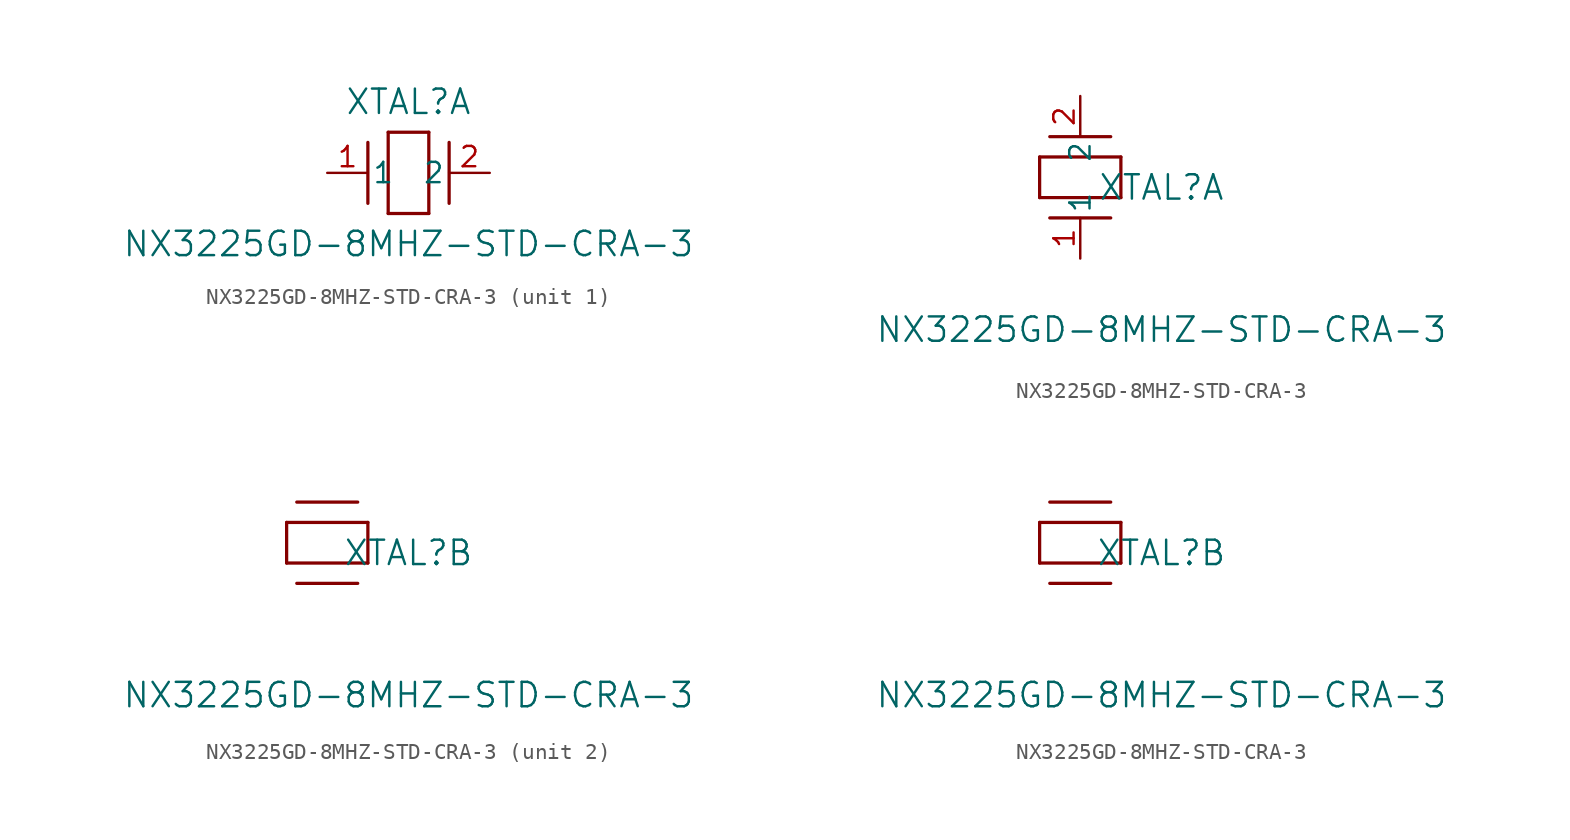
<source format=kicad_sym>
(kicad_symbol_lib
  (version 20211014)
  (generator kicad_symbol_editor)
  (symbol "NX3225GD-8MHZ-STD-CRA-3"
    (pin_names
      (offset 0.254))
    (property "Reference" "XTAL"
      (at 5.08 4.445 0)
      (effects (font (size 1.524 1.524))))
    (property "Value" "NX3225GD-8MHZ-STD-CRA-3"
      (at 5.08 -4.445 0)
      (effects (font (size 1.524 1.524))))
    (symbol "NX3225GD-8MHZ-STD-CRA-3_1_1"
      (polyline (pts (xy 2.54 -1.905) (xy 2.54 1.905)) (stroke (width 0.203) (type default) (color 0 0 0 0)) (fill (type none)))
      (polyline (pts (xy 6.35 2.54) (xy 6.35 -2.54)) (stroke (width 0.203) (type default) (color 0 0 0 0)) (fill (type none)))
      (polyline (pts (xy 7.62 -1.905) (xy 7.62 1.905)) (stroke (width 0.203) (type default) (color 0 0 0 0)) (fill (type none)))
      (polyline (pts (xy 6.35 -2.54) (xy 3.81 -2.54)) (stroke (width 0.203) (type default) (color 0 0 0 0)) (fill (type none)))
      (polyline (pts (xy 3.81 2.54) (xy 6.35 2.54)) (stroke (width 0.203) (type default) (color 0 0 0 0)) (fill (type none)))
      (polyline (pts (xy 3.81 -2.54) (xy 3.81 2.54)) (stroke (width 0.203) (type default) (color 0 0 0 0)) (fill (type none)))
      (pin unspecified line (at 0 0 0) (length 2.54) (name "1" (effects (font (size 1.27 1.27)))) (number "1" (effects (font (size 1.27 1.27)))))
      (pin unspecified line (at 10.16 0 180) (length 2.54) (name "2" (effects (font (size 1.27 1.27)))) (number "2" (effects (font (size 1.27 1.27))))))
    (symbol "NX3225GD-8MHZ-STD-CRA-3_1_2"
      (polyline (pts (xy 1.905 7.62) (xy -1.905 7.62)) (stroke (width 0.203) (type default) (color 0 0 0 0)) (fill (type none)))
      (polyline (pts (xy -2.54 3.81) (xy -2.54 6.35)) (stroke (width 0.203) (type default) (color 0 0 0 0)) (fill (type none)))
      (polyline (pts (xy 1.905 2.54) (xy -1.905 2.54)) (stroke (width 0.203) (type default) (color 0 0 0 0)) (fill (type none)))
      (polyline (pts (xy 2.54 6.35) (xy 2.54 3.81)) (stroke (width 0.203) (type default) (color 0 0 0 0)) (fill (type none)))
      (polyline (pts (xy -2.54 6.35) (xy 2.54 6.35)) (stroke (width 0.203) (type default) (color 0 0 0 0)) (fill (type none)))
      (polyline (pts (xy 2.54 3.81) (xy -2.54 3.81)) (stroke (width 0.203) (type default) (color 0 0 0 0)) (fill (type none)))
      (pin unspecified line (at 0 0 90) (length 2.54) (name "1" (effects (font (size 1.27 1.27)))) (number "1" (effects (font (size 1.27 1.27)))))
      (pin unspecified line (at 0 10.16 270) (length 2.54) (name "2" (effects (font (size 1.27 1.27)))) (number "2" (effects (font (size 1.27 1.27))))))
    (symbol "NX3225GD-8MHZ-STD-CRA-3_2_1"
      (polyline (pts (xy 1.905 7.62) (xy -1.905 7.62)) (stroke (width 0.203) (type default) (color 0 0 0 0)) (fill (type none)))
      (polyline (pts (xy -2.54 3.81) (xy -2.54 6.35)) (stroke (width 0.203) (type default) (color 0 0 0 0)) (fill (type none)))
      (polyline (pts (xy 1.905 2.54) (xy -1.905 2.54)) (stroke (width 0.203) (type default) (color 0 0 0 0)) (fill (type none)))
      (polyline (pts (xy 2.54 6.35) (xy 2.54 3.81)) (stroke (width 0.203) (type default) (color 0 0 0 0)) (fill (type none)))
      (polyline (pts (xy -2.54 6.35) (xy 2.54 6.35)) (stroke (width 0.203) (type default) (color 0 0 0 0)) (fill (type none)))
      (polyline (pts (xy 2.54 3.81) (xy -2.54 3.81)) (stroke (width 0.203) (type default) (color 0 0 0 0)) (fill (type none))))
    (symbol "NX3225GD-8MHZ-STD-CRA-3_2_2"
      (polyline (pts (xy 1.905 7.62) (xy -1.905 7.62)) (stroke (width 0.203) (type default) (color 0 0 0 0)) (fill (type none)))
      (polyline (pts (xy -2.54 3.81) (xy -2.54 6.35)) (stroke (width 0.203) (type default) (color 0 0 0 0)) (fill (type none)))
      (polyline (pts (xy 1.905 2.54) (xy -1.905 2.54)) (stroke (width 0.203) (type default) (color 0 0 0 0)) (fill (type none)))
      (polyline (pts (xy 2.54 6.35) (xy 2.54 3.81)) (stroke (width 0.203) (type default) (color 0 0 0 0)) (fill (type none)))
      (polyline (pts (xy -2.54 6.35) (xy 2.54 6.35)) (stroke (width 0.203) (type default) (color 0 0 0 0)) (fill (type none)))
      (polyline (pts (xy 2.54 3.81) (xy -2.54 3.81)) (stroke (width 0.203) (type default) (color 0 0 0 0)) (fill (type none))))))
</source>
